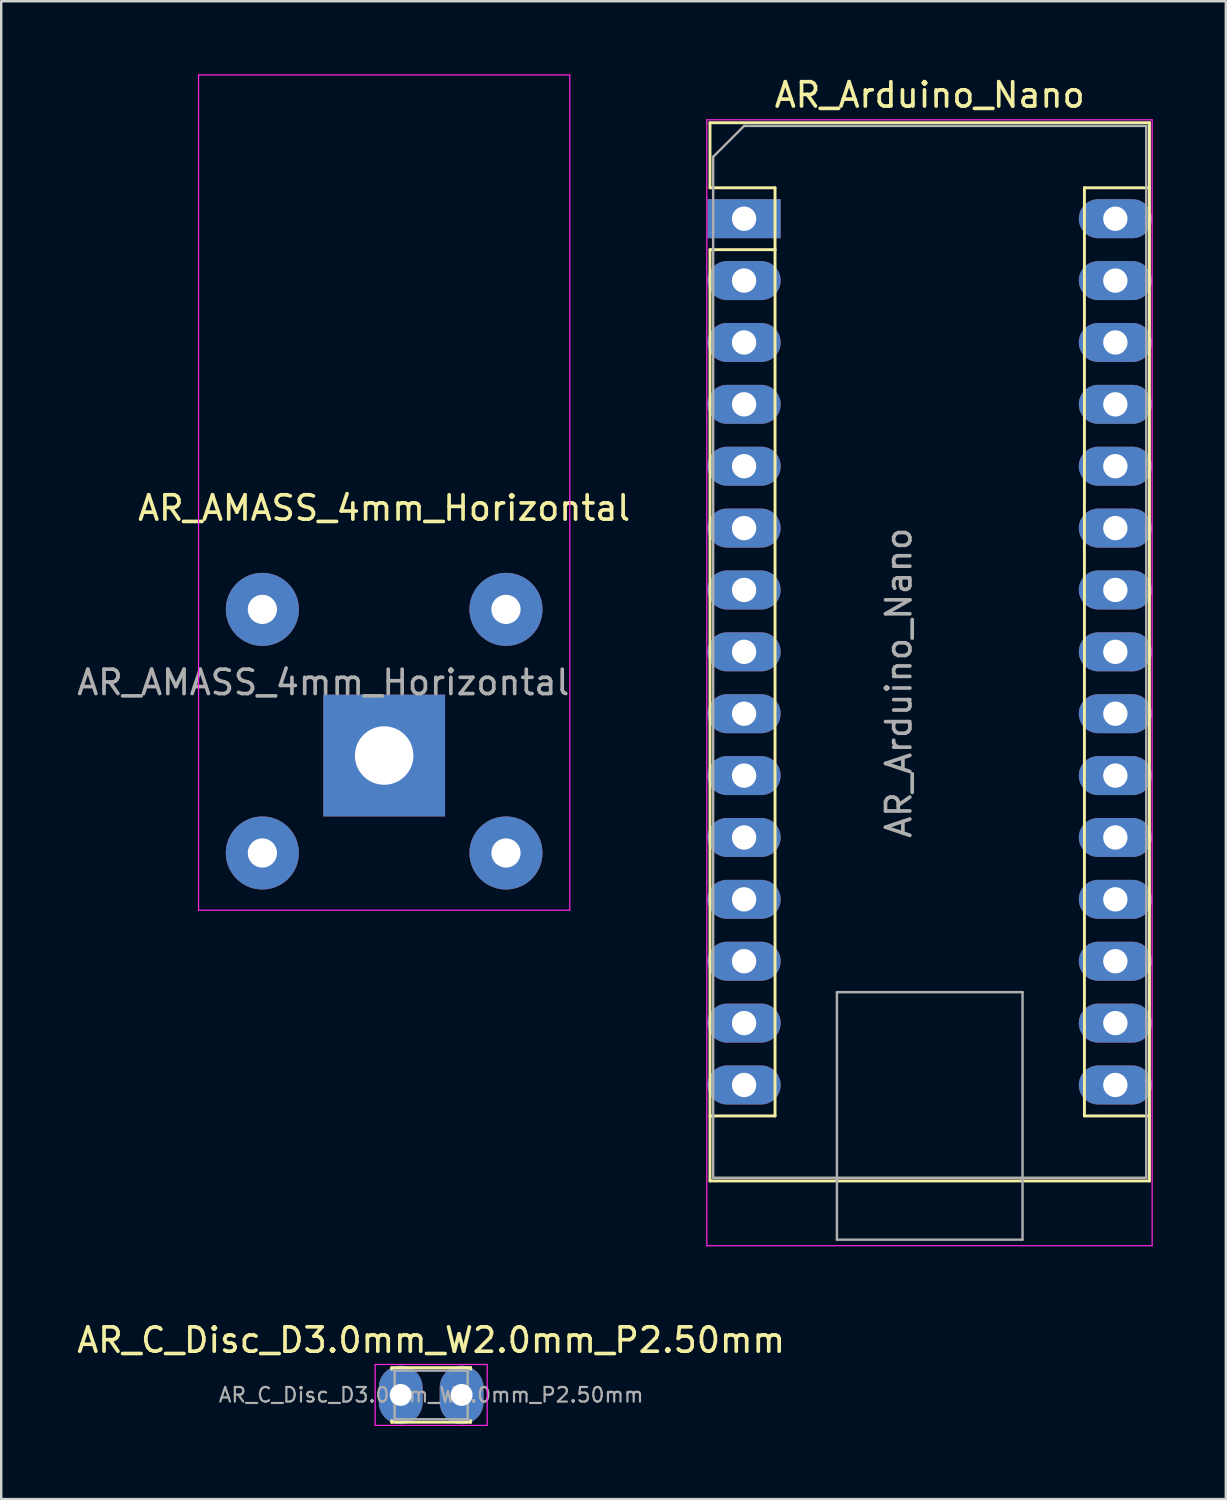
<source format=kicad_pcb>
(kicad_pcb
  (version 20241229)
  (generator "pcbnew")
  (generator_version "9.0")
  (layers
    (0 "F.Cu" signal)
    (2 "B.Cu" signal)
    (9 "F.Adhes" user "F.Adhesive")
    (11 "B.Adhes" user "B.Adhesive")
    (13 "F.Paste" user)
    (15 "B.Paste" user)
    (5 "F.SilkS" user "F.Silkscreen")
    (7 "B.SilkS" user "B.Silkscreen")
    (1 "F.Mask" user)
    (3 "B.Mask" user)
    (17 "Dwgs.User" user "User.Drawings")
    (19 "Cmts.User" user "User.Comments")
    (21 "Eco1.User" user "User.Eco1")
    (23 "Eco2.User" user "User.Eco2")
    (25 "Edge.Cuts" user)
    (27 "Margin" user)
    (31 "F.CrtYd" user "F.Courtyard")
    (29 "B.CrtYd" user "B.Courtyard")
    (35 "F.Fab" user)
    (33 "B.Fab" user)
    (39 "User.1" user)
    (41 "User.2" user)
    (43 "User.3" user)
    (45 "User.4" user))
  (footprint "AR_Arduino_Nano"
    (layer "F.Cu")
    (at 27.495 5.928)
    (property "Reference" "AR_Arduino_Nano" (at 7.62 -5.08 0) (layer "F.SilkS") (effects (font (size 1 1) (thickness 0.15))))
    (attr through_hole)
    (fp_line (start -1.4 -3.94) (end -1.4 -1.27) (stroke (width 0.12) (type solid)) (layer "F.SilkS"))
    (fp_line (start -1.4 1.27) (end -1.4 39.5) (stroke (width 0.12) (type solid)) (layer "F.SilkS"))
    (fp_line (start -1.4 39.5) (end 16.64 39.5) (stroke (width 0.12) (type solid)) (layer "F.SilkS"))
    (fp_line (start 1.27 -1.27) (end -1.4 -1.27) (stroke (width 0.12) (type solid)) (layer "F.SilkS"))
    (fp_line (start 1.27 1.27) (end -1.4 1.27) (stroke (width 0.12) (type solid)) (layer "F.SilkS"))
    (fp_line (start 1.27 1.27) (end 1.27 -1.27) (stroke (width 0.12) (type solid)) (layer "F.SilkS"))
    (fp_line (start 1.27 1.27) (end 1.27 36.83) (stroke (width 0.12) (type solid)) (layer "F.SilkS"))
    (fp_line (start 1.27 36.83) (end -1.4 36.83) (stroke (width 0.12) (type solid)) (layer "F.SilkS"))
    (fp_line (start 13.97 -1.27) (end 13.97 36.83) (stroke (width 0.12) (type solid)) (layer "F.SilkS"))
    (fp_line (start 13.97 -1.27) (end 16.64 -1.27) (stroke (width 0.12) (type solid)) (layer "F.SilkS"))
    (fp_line (start 13.97 36.83) (end 16.64 36.83) (stroke (width 0.12) (type solid)) (layer "F.SilkS"))
    (fp_line (start 16.64 -3.94) (end -1.4 -3.94) (stroke (width 0.12) (type solid)) (layer "F.SilkS"))
    (fp_line (start 16.64 39.5) (end 16.64 -3.94) (stroke (width 0.12) (type solid)) (layer "F.SilkS"))
    (fp_line (start -1.53 -4.06) (end -1.53 42.16) (stroke (width 0.05) (type solid)) (layer "F.CrtYd"))
    (fp_line (start -1.53 -4.06) (end 16.75 -4.06) (stroke (width 0.05) (type solid)) (layer "F.CrtYd"))
    (fp_line (start 16.75 42.16) (end -1.53 42.16) (stroke (width 0.05) (type solid)) (layer "F.CrtYd"))
    (fp_line (start 16.75 42.16) (end 16.75 -4.06) (stroke (width 0.05) (type solid)) (layer "F.CrtYd"))
    (fp_line (start -1.27 -2.54) (end 0 -3.81) (stroke (width 0.1) (type solid)) (layer "F.Fab"))
    (fp_line (start -1.27 39.37) (end -1.27 -2.54) (stroke (width 0.1) (type solid)) (layer "F.Fab"))
    (fp_line (start 0 -3.81) (end 16.51 -3.81) (stroke (width 0.1) (type solid)) (layer "F.Fab"))
    (fp_line (start 3.81 31.75) (end 11.43 31.75) (stroke (width 0.1) (type solid)) (layer "F.Fab"))
    (fp_line (start 3.81 41.91) (end 3.81 31.75) (stroke (width 0.1) (type solid)) (layer "F.Fab"))
    (fp_line (start 11.43 31.75) (end 11.43 41.91) (stroke (width 0.1) (type solid)) (layer "F.Fab"))
    (fp_line (start 11.43 41.91) (end 3.81 41.91) (stroke (width 0.1) (type solid)) (layer "F.Fab"))
    (fp_line (start 16.51 -3.81) (end 16.51 39.37) (stroke (width 0.1) (type solid)) (layer "F.Fab"))
    (fp_line (start 16.51 39.37) (end -1.27 39.37) (stroke (width 0.1) (type solid)) (layer "F.Fab"))
    (fp_text user "${REFERENCE}" (at 6.35 19.05 90) (layer "F.Fab") (effects (font (size 1 1) (thickness 0.15))))
    (pad "1" thru_hole rect (at 0 0) (size 3 1.6) (drill 1) (layers "*.Cu" "*.Mask"))
    (pad "2" thru_hole oval (at 0 2.54) (size 3 1.6) (drill 1) (layers "*.Cu" "*.Mask"))
    (pad "3" thru_hole oval (at 0 5.08) (size 3 1.6) (drill 1) (layers "*.Cu" "*.Mask"))
    (pad "4" thru_hole oval (at 0 7.62) (size 3 1.6) (drill 1) (layers "*.Cu" "*.Mask"))
    (pad "5" thru_hole oval (at 0 10.16) (size 3 1.6) (drill 1) (layers "*.Cu" "*.Mask"))
    (pad "6" thru_hole oval (at 0 12.7) (size 3 1.6) (drill 1) (layers "*.Cu" "*.Mask"))
    (pad "7" thru_hole oval (at 0 15.24) (size 3 1.6) (drill 1) (layers "*.Cu" "*.Mask"))
    (pad "8" thru_hole oval (at 0 17.78) (size 3 1.6) (drill 1) (layers "*.Cu" "*.Mask"))
    (pad "9" thru_hole oval (at 0 20.32) (size 3 1.6) (drill 1) (layers "*.Cu" "*.Mask"))
    (pad "10" thru_hole oval (at 0 22.86) (size 3 1.6) (drill 1) (layers "*.Cu" "*.Mask"))
    (pad "11" thru_hole oval (at 0 25.4) (size 3 1.6) (drill 1) (layers "*.Cu" "*.Mask"))
    (pad "12" thru_hole oval (at 0 27.94) (size 3 1.6) (drill 1) (layers "*.Cu" "*.Mask"))
    (pad "13" thru_hole oval (at 0 30.48) (size 3 1.6) (drill 1) (layers "*.Cu" "*.Mask"))
    (pad "14" thru_hole oval (at 0 33.02) (size 3 1.6) (drill 1) (layers "*.Cu" "*.Mask"))
    (pad "15" thru_hole oval (at 0 35.56) (size 3 1.6) (drill 1) (layers "*.Cu" "*.Mask"))
    (pad "16" thru_hole oval (at 15.24 35.56) (size 3 1.6) (drill 1) (layers "*.Cu" "*.Mask"))
    (pad "17" thru_hole oval (at 15.24 33.02) (size 3 1.6) (drill 1) (layers "*.Cu" "*.Mask"))
    (pad "18" thru_hole oval (at 15.24 30.48) (size 3 1.6) (drill 1) (layers "*.Cu" "*.Mask"))
    (pad "19" thru_hole oval (at 15.24 27.94) (size 3 1.6) (drill 1) (layers "*.Cu" "*.Mask"))
    (pad "20" thru_hole oval (at 15.24 25.4) (size 3 1.6) (drill 1) (layers "*.Cu" "*.Mask"))
    (pad "21" thru_hole oval (at 15.24 22.86) (size 3 1.6) (drill 1) (layers "*.Cu" "*.Mask"))
    (pad "22" thru_hole oval (at 15.24 20.32) (size 3 1.6) (drill 1) (layers "*.Cu" "*.Mask"))
    (pad "23" thru_hole oval (at 15.24 17.78) (size 3 1.6) (drill 1) (layers "*.Cu" "*.Mask"))
    (pad "24" thru_hole oval (at 15.24 15.24) (size 3 1.6) (drill 1) (layers "*.Cu" "*.Mask"))
    (pad "25" thru_hole oval (at 15.24 12.7) (size 3 1.6) (drill 1) (layers "*.Cu" "*.Mask"))
    (pad "26" thru_hole oval (at 15.24 10.16) (size 3 1.6) (drill 1) (layers "*.Cu" "*.Mask"))
    (pad "27" thru_hole oval (at 15.24 7.62) (size 3 1.6) (drill 1) (layers "*.Cu" "*.Mask"))
    (pad "28" thru_hole oval (at 15.24 5.08) (size 3 1.6) (drill 1) (layers "*.Cu" "*.Mask"))
    (pad "29" thru_hole oval (at 15.24 2.54) (size 3 1.6) (drill 1) (layers "*.Cu" "*.Mask"))
    (pad "30" thru_hole oval (at 15.24 0) (size 3 1.6) (drill 1) (layers "*.Cu" "*.Mask")))
  (footprint "AR_AMASS_4mm_Horizontal"
    (layer "F.Cu")
    (at 12.72 27.965)
    (property "Reference" "AR_AMASS_4mm_Horizontal" (at 0 -10.16 0) (layer "F.SilkS") (effects (font (size 1 1) (thickness 0.15))))
    (attr through_hole)
    (fp_line (start -7.62 -27.94) (end -7.62 6.35) (stroke (width 0.05) (type solid)) (layer "F.CrtYd"))
    (fp_line (start -7.62 -27.94) (end 7.62 -27.94) (stroke (width 0.05) (type solid)) (layer "F.CrtYd"))
    (fp_line (start -7.62 6.35) (end 7.62 6.35) (stroke (width 0.05) (type solid)) (layer "F.CrtYd"))
    (fp_line (start 7.62 -27.94) (end 7.62 6.35) (stroke (width 0.05) (type solid)) (layer "F.CrtYd"))
    (fp_text user "${REFERENCE}" (at -2.5 -3 0) (layer "F.Fab") (effects (font (size 1 1) (thickness 0.15))))
    (pad "" thru_hole circle (at -5 -6) (size 3 3) (drill 1.2) (layers "*.Cu" "*.Mask"))
    (pad "" thru_hole circle (at -5 4) (size 3 3) (drill 1.2) (layers "*.Cu" "*.Mask"))
    (pad "" thru_hole circle (at 5 -6) (size 3 3) (drill 1.2) (layers "*.Cu" "*.Mask"))
    (pad "" thru_hole circle (at 5 4) (size 3 3) (drill 1.2) (layers "*.Cu" "*.Mask"))
    (pad "1" thru_hole rect (at 0 0) (size 5 5) (drill 2.4) (layers "*.Cu" "*.Mask")))
  (footprint "AR_C_Disc_D3.0mm_W2.0mm_P2.50mm"
    (layer "F.Cu")
    (at 13.399 54.212)
    (property "Reference" "AR_C_Disc_D3.0mm_W2.0mm_P2.50mm" (at 1.25 -2.25 0) (layer "F.SilkS") (effects (font (size 1 1) (thickness 0.15))))
    (attr through_hole)
    (fp_line (start -0.37 -1.12) (end -0.37 -1.055) (stroke (width 0.12) (type solid)) (layer "F.SilkS"))
    (fp_line (start -0.37 -1.12) (end 2.87 -1.12) (stroke (width 0.12) (type solid)) (layer "F.SilkS"))
    (fp_line (start -0.37 1.055) (end -0.37 1.12) (stroke (width 0.12) (type solid)) (layer "F.SilkS"))
    (fp_line (start -0.37 1.12) (end 2.87 1.12) (stroke (width 0.12) (type solid)) (layer "F.SilkS"))
    (fp_line (start 2.87 -1.12) (end 2.87 -1.055) (stroke (width 0.12) (type solid)) (layer "F.SilkS"))
    (fp_line (start 2.87 1.055) (end 2.87 1.12) (stroke (width 0.12) (type solid)) (layer "F.SilkS"))
    (fp_line (start -1.05 -1.25) (end -1.05 1.25) (stroke (width 0.05) (type solid)) (layer "F.CrtYd"))
    (fp_line (start -1.05 1.25) (end 3.55 1.25) (stroke (width 0.05) (type solid)) (layer "F.CrtYd"))
    (fp_line (start 3.55 -1.25) (end -1.05 -1.25) (stroke (width 0.05) (type solid)) (layer "F.CrtYd"))
    (fp_line (start 3.55 1.25) (end 3.55 -1.25) (stroke (width 0.05) (type solid)) (layer "F.CrtYd"))
    (fp_line (start -0.25 -1) (end -0.25 1) (stroke (width 0.1) (type solid)) (layer "F.Fab"))
    (fp_line (start -0.25 1) (end 2.75 1) (stroke (width 0.1) (type solid)) (layer "F.Fab"))
    (fp_line (start 2.75 -1) (end -0.25 -1) (stroke (width 0.1) (type solid)) (layer "F.Fab"))
    (fp_line (start 2.75 1) (end 2.75 -1) (stroke (width 0.1) (type solid)) (layer "F.Fab"))
    (fp_text user "${REFERENCE}" (at 1.25 0 0) (layer "F.Fab") (effects (font (size 0.6 0.6) (thickness 0.09))))
    (pad "1" thru_hole oval (at 0 0 90) (size 2.4 1.8) (drill 0.9) (layers "*.Cu" "*.Mask"))
    (pad "2" thru_hole oval (at 2.5 0) (size 1.8 2.4) (drill 0.9) (layers "*.Cu" "*.Mask")))
  (gr_rect
    (start -3 -3)
    (end 47.27 58.486)
    (stroke (width 0.1) (type default))
    (fill no)
    (layer "Edge.Cuts")))
</source>
